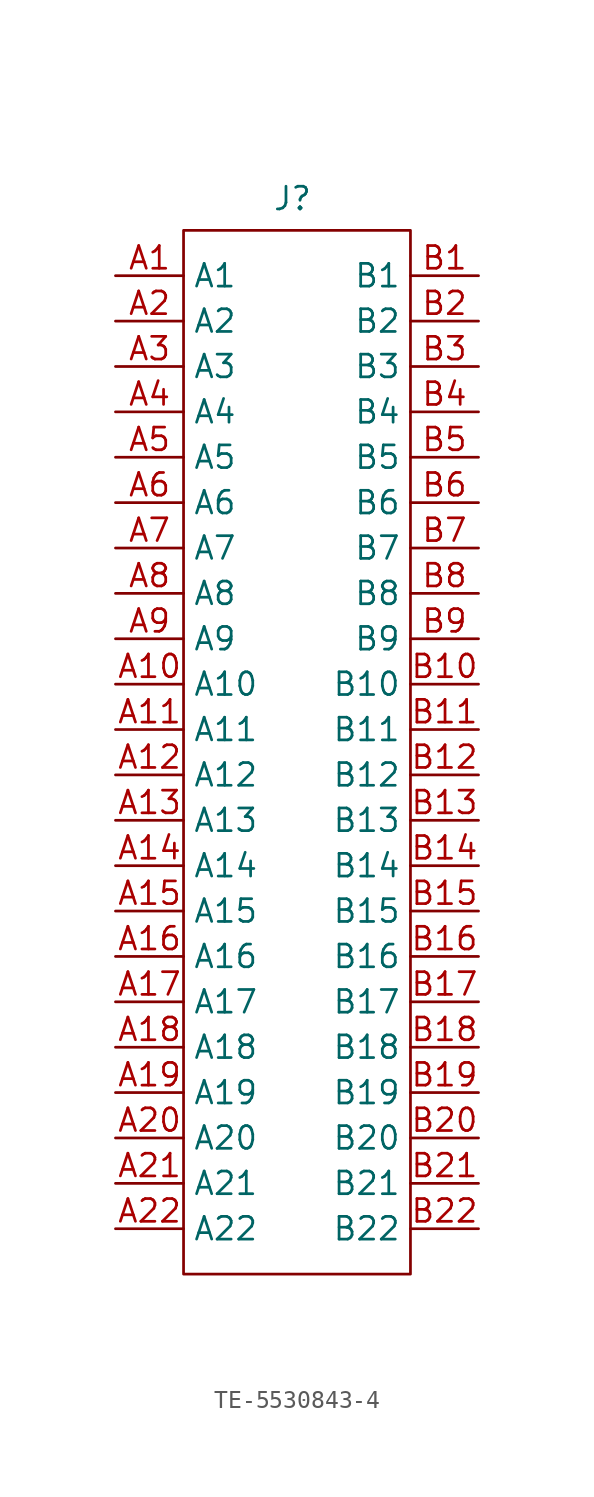
<source format=kicad_sym>
(kicad_symbol_lib
  (version 20231120)
  (generator "kicad_symbol_editor")
  (generator_version "8.0")
  (symbol "TE-5530843-4"
    (property "Reference" "J"
      (at -0.254 30.988 0)
      (effects (font (size 1.27 1.27))))
    (symbol "TE-5530843-4_0_1"
      (rectangle (start -6.35 29.21) (end 6.35 -29.21) (stroke (width 0) (type default)) (fill (type none))))
    (symbol "TE-5530843-4_1_1"
      (pin unspecified line (at -10.16 26.67 0) (length 3.81) (name "A1" (effects (font (size 1.27 1.27)))) (number "A1" (effects (font (size 1.27 1.27)))))
      (pin unspecified line (at -10.16 3.81 0) (length 3.81) (name "A10" (effects (font (size 1.27 1.27)))) (number "A10" (effects (font (size 1.27 1.27)))))
      (pin unspecified line (at -10.16 1.27 0) (length 3.81) (name "A11" (effects (font (size 1.27 1.27)))) (number "A11" (effects (font (size 1.27 1.27)))))
      (pin unspecified line (at -10.16 -1.27 0) (length 3.81) (name "A12" (effects (font (size 1.27 1.27)))) (number "A12" (effects (font (size 1.27 1.27)))))
      (pin unspecified line (at -10.16 -3.81 0) (length 3.81) (name "A13" (effects (font (size 1.27 1.27)))) (number "A13" (effects (font (size 1.27 1.27)))))
      (pin unspecified line (at -10.16 -6.35 0) (length 3.81) (name "A14" (effects (font (size 1.27 1.27)))) (number "A14" (effects (font (size 1.27 1.27)))))
      (pin unspecified line (at -10.16 -8.89 0) (length 3.81) (name "A15" (effects (font (size 1.27 1.27)))) (number "A15" (effects (font (size 1.27 1.27)))))
      (pin unspecified line (at -10.16 -11.43 0) (length 3.81) (name "A16" (effects (font (size 1.27 1.27)))) (number "A16" (effects (font (size 1.27 1.27)))))
      (pin unspecified line (at -10.16 -13.97 0) (length 3.81) (name "A17" (effects (font (size 1.27 1.27)))) (number "A17" (effects (font (size 1.27 1.27)))))
      (pin unspecified line (at -10.16 -16.51 0) (length 3.81) (name "A18" (effects (font (size 1.27 1.27)))) (number "A18" (effects (font (size 1.27 1.27)))))
      (pin unspecified line (at -10.16 -19.05 0) (length 3.81) (name "A19" (effects (font (size 1.27 1.27)))) (number "A19" (effects (font (size 1.27 1.27)))))
      (pin unspecified line (at -10.16 24.13 0) (length 3.81) (name "A2" (effects (font (size 1.27 1.27)))) (number "A2" (effects (font (size 1.27 1.27)))))
      (pin unspecified line (at -10.16 -21.59 0) (length 3.81) (name "A20" (effects (font (size 1.27 1.27)))) (number "A20" (effects (font (size 1.27 1.27)))))
      (pin unspecified line (at -10.16 -24.13 0) (length 3.81) (name "A21" (effects (font (size 1.27 1.27)))) (number "A21" (effects (font (size 1.27 1.27)))))
      (pin unspecified line (at -10.16 -26.67 0) (length 3.81) (name "A22" (effects (font (size 1.27 1.27)))) (number "A22" (effects (font (size 1.27 1.27)))))
      (pin unspecified line (at -10.16 21.59 0) (length 3.81) (name "A3" (effects (font (size 1.27 1.27)))) (number "A3" (effects (font (size 1.27 1.27)))))
      (pin unspecified line (at -10.16 19.05 0) (length 3.81) (name "A4" (effects (font (size 1.27 1.27)))) (number "A4" (effects (font (size 1.27 1.27)))))
      (pin unspecified line (at -10.16 16.51 0) (length 3.81) (name "A5" (effects (font (size 1.27 1.27)))) (number "A5" (effects (font (size 1.27 1.27)))))
      (pin unspecified line (at -10.16 13.97 0) (length 3.81) (name "A6" (effects (font (size 1.27 1.27)))) (number "A6" (effects (font (size 1.27 1.27)))))
      (pin unspecified line (at -10.16 11.43 0) (length 3.81) (name "A7" (effects (font (size 1.27 1.27)))) (number "A7" (effects (font (size 1.27 1.27)))))
      (pin unspecified line (at -10.16 8.89 0) (length 3.81) (name "A8" (effects (font (size 1.27 1.27)))) (number "A8" (effects (font (size 1.27 1.27)))))
      (pin unspecified line (at -10.16 6.35 0) (length 3.81) (name "A9" (effects (font (size 1.27 1.27)))) (number "A9" (effects (font (size 1.27 1.27)))))
      (pin unspecified line (at 10.16 26.67 180) (length 3.81) (name "B1" (effects (font (size 1.27 1.27)))) (number "B1" (effects (font (size 1.27 1.27)))))
      (pin unspecified line (at 10.16 3.81 180) (length 3.81) (name "B10" (effects (font (size 1.27 1.27)))) (number "B10" (effects (font (size 1.27 1.27)))))
      (pin unspecified line (at 10.16 1.27 180) (length 3.81) (name "B11" (effects (font (size 1.27 1.27)))) (number "B11" (effects (font (size 1.27 1.27)))))
      (pin unspecified line (at 10.16 -1.27 180) (length 3.81) (name "B12" (effects (font (size 1.27 1.27)))) (number "B12" (effects (font (size 1.27 1.27)))))
      (pin unspecified line (at 10.16 -3.81 180) (length 3.81) (name "B13" (effects (font (size 1.27 1.27)))) (number "B13" (effects (font (size 1.27 1.27)))))
      (pin unspecified line (at 10.16 -6.35 180) (length 3.81) (name "B14" (effects (font (size 1.27 1.27)))) (number "B14" (effects (font (size 1.27 1.27)))))
      (pin unspecified line (at 10.16 -8.89 180) (length 3.81) (name "B15" (effects (font (size 1.27 1.27)))) (number "B15" (effects (font (size 1.27 1.27)))))
      (pin unspecified line (at 10.16 -11.43 180) (length 3.81) (name "B16" (effects (font (size 1.27 1.27)))) (number "B16" (effects (font (size 1.27 1.27)))))
      (pin unspecified line (at 10.16 -13.97 180) (length 3.81) (name "B17" (effects (font (size 1.27 1.27)))) (number "B17" (effects (font (size 1.27 1.27)))))
      (pin unspecified line (at 10.16 -16.51 180) (length 3.81) (name "B18" (effects (font (size 1.27 1.27)))) (number "B18" (effects (font (size 1.27 1.27)))))
      (pin unspecified line (at 10.16 -19.05 180) (length 3.81) (name "B19" (effects (font (size 1.27 1.27)))) (number "B19" (effects (font (size 1.27 1.27)))))
      (pin unspecified line (at 10.16 24.13 180) (length 3.81) (name "B2" (effects (font (size 1.27 1.27)))) (number "B2" (effects (font (size 1.27 1.27)))))
      (pin unspecified line (at 10.16 -21.59 180) (length 3.81) (name "B20" (effects (font (size 1.27 1.27)))) (number "B20" (effects (font (size 1.27 1.27)))))
      (pin unspecified line (at 10.16 -24.13 180) (length 3.81) (name "B21" (effects (font (size 1.27 1.27)))) (number "B21" (effects (font (size 1.27 1.27)))))
      (pin unspecified line (at 10.16 -26.67 180) (length 3.81) (name "B22" (effects (font (size 1.27 1.27)))) (number "B22" (effects (font (size 1.27 1.27)))))
      (pin unspecified line (at 10.16 21.59 180) (length 3.81) (name "B3" (effects (font (size 1.27 1.27)))) (number "B3" (effects (font (size 1.27 1.27)))))
      (pin unspecified line (at 10.16 19.05 180) (length 3.81) (name "B4" (effects (font (size 1.27 1.27)))) (number "B4" (effects (font (size 1.27 1.27)))))
      (pin unspecified line (at 10.16 16.51 180) (length 3.81) (name "B5" (effects (font (size 1.27 1.27)))) (number "B5" (effects (font (size 1.27 1.27)))))
      (pin unspecified line (at 10.16 13.97 180) (length 3.81) (name "B6" (effects (font (size 1.27 1.27)))) (number "B6" (effects (font (size 1.27 1.27)))))
      (pin unspecified line (at 10.16 11.43 180) (length 3.81) (name "B7" (effects (font (size 1.27 1.27)))) (number "B7" (effects (font (size 1.27 1.27)))))
      (pin unspecified line (at 10.16 8.89 180) (length 3.81) (name "B8" (effects (font (size 1.27 1.27)))) (number "B8" (effects (font (size 1.27 1.27)))))
      (pin unspecified line (at 10.16 6.35 180) (length 3.81) (name "B9" (effects (font (size 1.27 1.27)))) (number "B9" (effects (font (size 1.27 1.27))))))))
</source>
